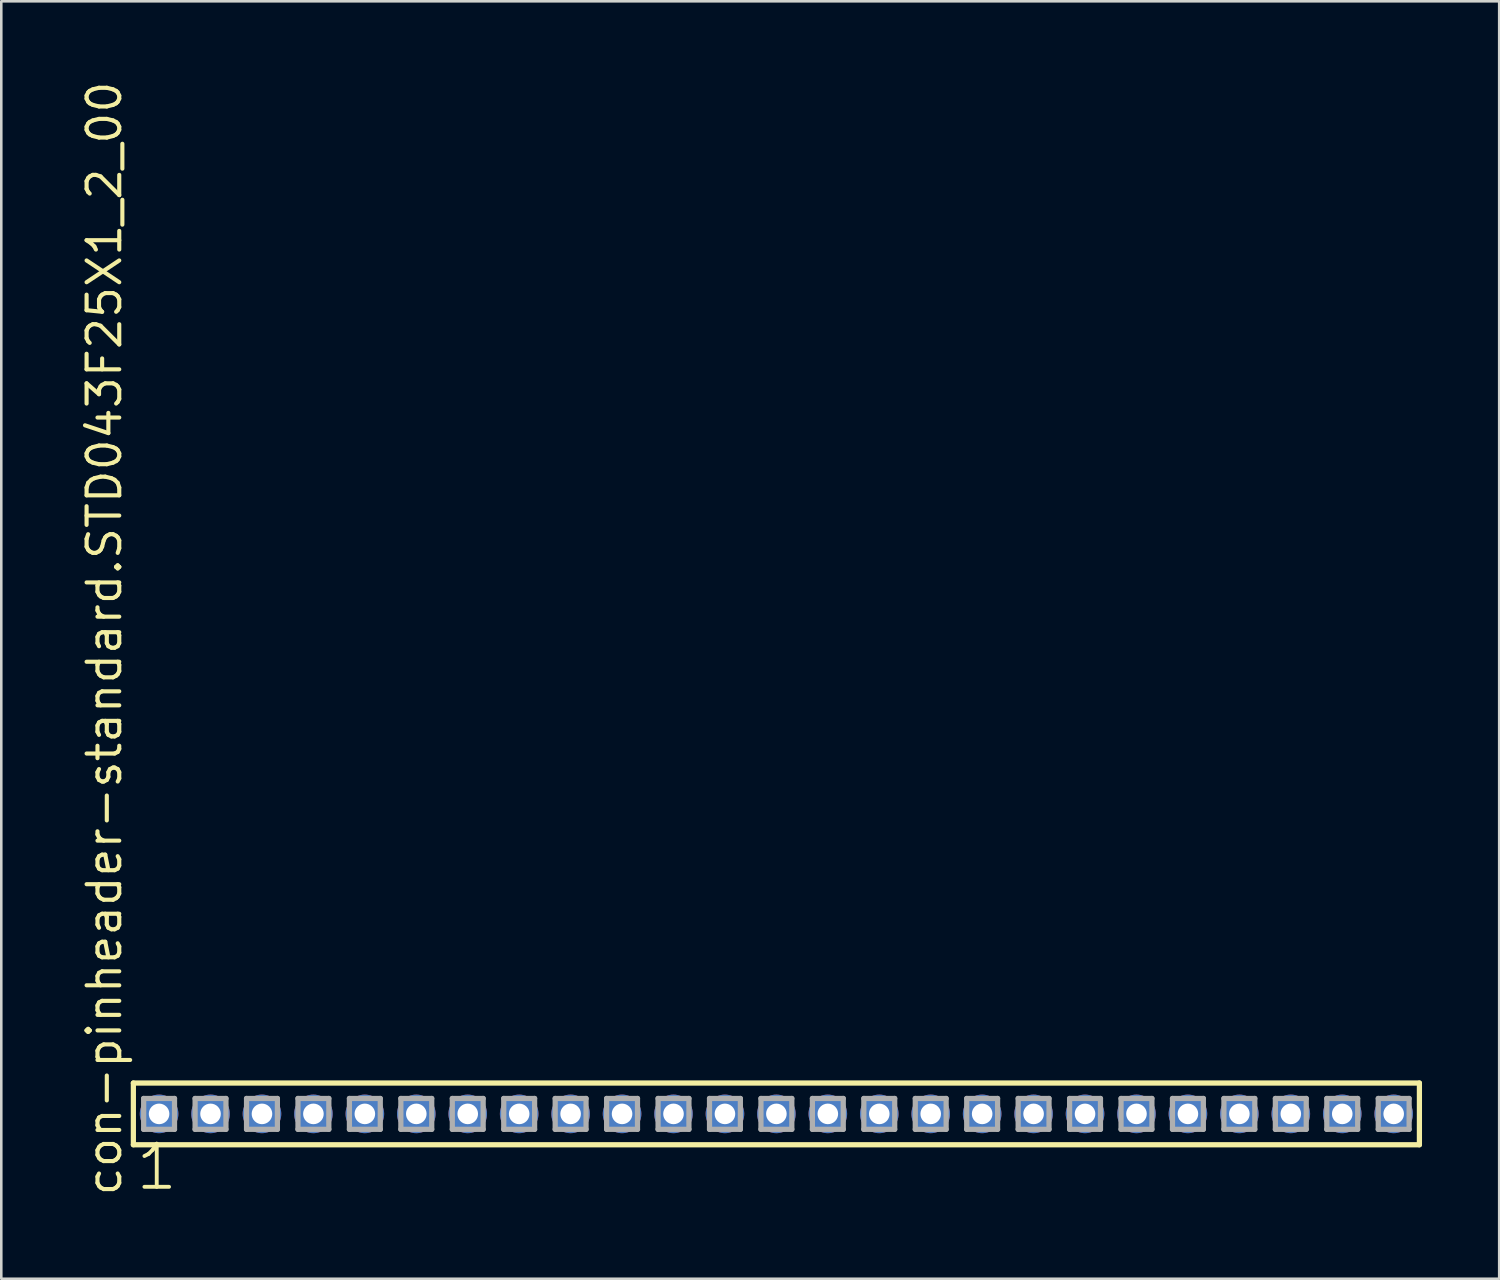
<source format=kicad_pcb>
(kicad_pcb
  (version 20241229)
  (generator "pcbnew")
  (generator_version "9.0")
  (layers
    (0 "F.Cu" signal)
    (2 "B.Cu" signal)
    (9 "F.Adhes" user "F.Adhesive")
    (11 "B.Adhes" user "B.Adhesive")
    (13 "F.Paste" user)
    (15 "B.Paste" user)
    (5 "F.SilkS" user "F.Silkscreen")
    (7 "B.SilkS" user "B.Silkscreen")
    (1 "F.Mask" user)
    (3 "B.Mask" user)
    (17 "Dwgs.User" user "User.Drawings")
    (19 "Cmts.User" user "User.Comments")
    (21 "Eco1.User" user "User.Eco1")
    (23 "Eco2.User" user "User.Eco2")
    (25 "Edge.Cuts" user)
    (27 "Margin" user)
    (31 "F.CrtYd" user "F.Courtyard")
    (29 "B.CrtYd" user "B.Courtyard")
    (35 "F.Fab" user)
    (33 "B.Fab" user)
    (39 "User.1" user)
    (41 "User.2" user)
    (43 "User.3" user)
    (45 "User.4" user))
  (footprint "con-pinheader-standard.STD043F25X1_2_00"
    (layer "F.Cu")
    (at 27.135 40.257)
    (property "Reference" "con-pinheader-standard.STD043F25X1_2_00" (at -25.385 3.27 90) (layer "F.SilkS") (effects (font (size 1.27 1.27) (thickness 0.16)) (justify left bottom)))
    (attr through_hole)
    (fp_line (start -25 -1.2) (end 25 -1.2) (stroke (width 0.203) (type default)) (layer "F.SilkS"))
    (fp_line (start -25 1.2) (end -25 -1.2) (stroke (width 0.203) (type default)) (layer "F.SilkS"))
    (fp_line (start 25 -1.2) (end 25 1.2) (stroke (width 0.203) (type default)) (layer "F.SilkS"))
    (fp_line (start 25 1.2) (end -25 1.2) (stroke (width 0.203) (type default)) (layer "F.SilkS"))
    (fp_line (start -24.6 -0.6) (end -23.4 -0.6) (stroke (width 0.203) (type default)) (layer "F.Fab"))
    (fp_line (start -24.6 0.6) (end -24.6 -0.6) (stroke (width 0.203) (type default)) (layer "F.Fab"))
    (fp_line (start -23.4 -0.6) (end -23.4 0.6) (stroke (width 0.203) (type default)) (layer "F.Fab"))
    (fp_line (start -23.4 0.6) (end -24.6 0.6) (stroke (width 0.203) (type default)) (layer "F.Fab"))
    (fp_line (start -22.6 -0.6) (end -21.4 -0.6) (stroke (width 0.203) (type default)) (layer "F.Fab"))
    (fp_line (start -22.6 0.6) (end -22.6 -0.6) (stroke (width 0.203) (type default)) (layer "F.Fab"))
    (fp_line (start -21.4 -0.6) (end -21.4 0.6) (stroke (width 0.203) (type default)) (layer "F.Fab"))
    (fp_line (start -21.4 0.6) (end -22.6 0.6) (stroke (width 0.203) (type default)) (layer "F.Fab"))
    (fp_line (start -20.6 -0.6) (end -19.4 -0.6) (stroke (width 0.203) (type default)) (layer "F.Fab"))
    (fp_line (start -20.6 0.6) (end -20.6 -0.6) (stroke (width 0.203) (type default)) (layer "F.Fab"))
    (fp_line (start -19.4 -0.6) (end -19.4 0.6) (stroke (width 0.203) (type default)) (layer "F.Fab"))
    (fp_line (start -19.4 0.6) (end -20.6 0.6) (stroke (width 0.203) (type default)) (layer "F.Fab"))
    (fp_line (start -18.6 -0.6) (end -17.4 -0.6) (stroke (width 0.203) (type default)) (layer "F.Fab"))
    (fp_line (start -18.6 0.6) (end -18.6 -0.6) (stroke (width 0.203) (type default)) (layer "F.Fab"))
    (fp_line (start -17.4 -0.6) (end -17.4 0.6) (stroke (width 0.203) (type default)) (layer "F.Fab"))
    (fp_line (start -17.4 0.6) (end -18.6 0.6) (stroke (width 0.203) (type default)) (layer "F.Fab"))
    (fp_line (start -16.6 -0.6) (end -15.4 -0.6) (stroke (width 0.203) (type default)) (layer "F.Fab"))
    (fp_line (start -16.6 0.6) (end -16.6 -0.6) (stroke (width 0.203) (type default)) (layer "F.Fab"))
    (fp_line (start -15.4 -0.6) (end -15.4 0.6) (stroke (width 0.203) (type default)) (layer "F.Fab"))
    (fp_line (start -15.4 0.6) (end -16.6 0.6) (stroke (width 0.203) (type default)) (layer "F.Fab"))
    (fp_line (start -14.6 -0.6) (end -13.4 -0.6) (stroke (width 0.203) (type default)) (layer "F.Fab"))
    (fp_line (start -14.6 0.6) (end -14.6 -0.6) (stroke (width 0.203) (type default)) (layer "F.Fab"))
    (fp_line (start -13.4 -0.6) (end -13.4 0.6) (stroke (width 0.203) (type default)) (layer "F.Fab"))
    (fp_line (start -13.4 0.6) (end -14.6 0.6) (stroke (width 0.203) (type default)) (layer "F.Fab"))
    (fp_line (start -12.6 -0.6) (end -11.4 -0.6) (stroke (width 0.203) (type default)) (layer "F.Fab"))
    (fp_line (start -12.6 0.6) (end -12.6 -0.6) (stroke (width 0.203) (type default)) (layer "F.Fab"))
    (fp_line (start -11.4 -0.6) (end -11.4 0.6) (stroke (width 0.203) (type default)) (layer "F.Fab"))
    (fp_line (start -11.4 0.6) (end -12.6 0.6) (stroke (width 0.203) (type default)) (layer "F.Fab"))
    (fp_line (start -10.6 -0.6) (end -9.4 -0.6) (stroke (width 0.203) (type default)) (layer "F.Fab"))
    (fp_line (start -10.6 0.6) (end -10.6 -0.6) (stroke (width 0.203) (type default)) (layer "F.Fab"))
    (fp_line (start -9.4 -0.6) (end -9.4 0.6) (stroke (width 0.203) (type default)) (layer "F.Fab"))
    (fp_line (start -9.4 0.6) (end -10.6 0.6) (stroke (width 0.203) (type default)) (layer "F.Fab"))
    (fp_line (start -8.6 -0.6) (end -7.4 -0.6) (stroke (width 0.203) (type default)) (layer "F.Fab"))
    (fp_line (start -8.6 0.6) (end -8.6 -0.6) (stroke (width 0.203) (type default)) (layer "F.Fab"))
    (fp_line (start -7.4 -0.6) (end -7.4 0.6) (stroke (width 0.203) (type default)) (layer "F.Fab"))
    (fp_line (start -7.4 0.6) (end -8.6 0.6) (stroke (width 0.203) (type default)) (layer "F.Fab"))
    (fp_line (start -6.6 -0.6) (end -5.4 -0.6) (stroke (width 0.203) (type default)) (layer "F.Fab"))
    (fp_line (start -6.6 0.6) (end -6.6 -0.6) (stroke (width 0.203) (type default)) (layer "F.Fab"))
    (fp_line (start -5.4 -0.6) (end -5.4 0.6) (stroke (width 0.203) (type default)) (layer "F.Fab"))
    (fp_line (start -5.4 0.6) (end -6.6 0.6) (stroke (width 0.203) (type default)) (layer "F.Fab"))
    (fp_line (start -4.6 -0.6) (end -3.4 -0.6) (stroke (width 0.203) (type default)) (layer "F.Fab"))
    (fp_line (start -4.6 0.6) (end -4.6 -0.6) (stroke (width 0.203) (type default)) (layer "F.Fab"))
    (fp_line (start -3.4 -0.6) (end -3.4 0.6) (stroke (width 0.203) (type default)) (layer "F.Fab"))
    (fp_line (start -3.4 0.6) (end -4.6 0.6) (stroke (width 0.203) (type default)) (layer "F.Fab"))
    (fp_line (start -2.6 -0.6) (end -1.4 -0.6) (stroke (width 0.203) (type default)) (layer "F.Fab"))
    (fp_line (start -2.6 0.6) (end -2.6 -0.6) (stroke (width 0.203) (type default)) (layer "F.Fab"))
    (fp_line (start -1.4 -0.6) (end -1.4 0.6) (stroke (width 0.203) (type default)) (layer "F.Fab"))
    (fp_line (start -1.4 0.6) (end -2.6 0.6) (stroke (width 0.203) (type default)) (layer "F.Fab"))
    (fp_line (start -0.6 -0.6) (end 0.6 -0.6) (stroke (width 0.203) (type default)) (layer "F.Fab"))
    (fp_line (start -0.6 0.6) (end -0.6 -0.6) (stroke (width 0.203) (type default)) (layer "F.Fab"))
    (fp_line (start 0.6 -0.6) (end 0.6 0.6) (stroke (width 0.203) (type default)) (layer "F.Fab"))
    (fp_line (start 0.6 0.6) (end -0.6 0.6) (stroke (width 0.203) (type default)) (layer "F.Fab"))
    (fp_line (start 1.4 -0.6) (end 2.6 -0.6) (stroke (width 0.203) (type default)) (layer "F.Fab"))
    (fp_line (start 1.4 0.6) (end 1.4 -0.6) (stroke (width 0.203) (type default)) (layer "F.Fab"))
    (fp_line (start 2.6 -0.6) (end 2.6 0.6) (stroke (width 0.203) (type default)) (layer "F.Fab"))
    (fp_line (start 2.6 0.6) (end 1.4 0.6) (stroke (width 0.203) (type default)) (layer "F.Fab"))
    (fp_line (start 3.4 -0.6) (end 4.6 -0.6) (stroke (width 0.203) (type default)) (layer "F.Fab"))
    (fp_line (start 3.4 0.6) (end 3.4 -0.6) (stroke (width 0.203) (type default)) (layer "F.Fab"))
    (fp_line (start 4.6 -0.6) (end 4.6 0.6) (stroke (width 0.203) (type default)) (layer "F.Fab"))
    (fp_line (start 4.6 0.6) (end 3.4 0.6) (stroke (width 0.203) (type default)) (layer "F.Fab"))
    (fp_line (start 5.4 -0.6) (end 6.6 -0.6) (stroke (width 0.203) (type default)) (layer "F.Fab"))
    (fp_line (start 5.4 0.6) (end 5.4 -0.6) (stroke (width 0.203) (type default)) (layer "F.Fab"))
    (fp_line (start 6.6 -0.6) (end 6.6 0.6) (stroke (width 0.203) (type default)) (layer "F.Fab"))
    (fp_line (start 6.6 0.6) (end 5.4 0.6) (stroke (width 0.203) (type default)) (layer "F.Fab"))
    (fp_line (start 7.4 -0.6) (end 8.6 -0.6) (stroke (width 0.203) (type default)) (layer "F.Fab"))
    (fp_line (start 7.4 0.6) (end 7.4 -0.6) (stroke (width 0.203) (type default)) (layer "F.Fab"))
    (fp_line (start 8.6 -0.6) (end 8.6 0.6) (stroke (width 0.203) (type default)) (layer "F.Fab"))
    (fp_line (start 8.6 0.6) (end 7.4 0.6) (stroke (width 0.203) (type default)) (layer "F.Fab"))
    (fp_line (start 9.4 -0.6) (end 10.6 -0.6) (stroke (width 0.203) (type default)) (layer "F.Fab"))
    (fp_line (start 9.4 0.6) (end 9.4 -0.6) (stroke (width 0.203) (type default)) (layer "F.Fab"))
    (fp_line (start 10.6 -0.6) (end 10.6 0.6) (stroke (width 0.203) (type default)) (layer "F.Fab"))
    (fp_line (start 10.6 0.6) (end 9.4 0.6) (stroke (width 0.203) (type default)) (layer "F.Fab"))
    (fp_line (start 11.4 -0.6) (end 12.6 -0.6) (stroke (width 0.203) (type default)) (layer "F.Fab"))
    (fp_line (start 11.4 0.6) (end 11.4 -0.6) (stroke (width 0.203) (type default)) (layer "F.Fab"))
    (fp_line (start 12.6 -0.6) (end 12.6 0.6) (stroke (width 0.203) (type default)) (layer "F.Fab"))
    (fp_line (start 12.6 0.6) (end 11.4 0.6) (stroke (width 0.203) (type default)) (layer "F.Fab"))
    (fp_line (start 13.4 -0.6) (end 14.6 -0.6) (stroke (width 0.203) (type default)) (layer "F.Fab"))
    (fp_line (start 13.4 0.6) (end 13.4 -0.6) (stroke (width 0.203) (type default)) (layer "F.Fab"))
    (fp_line (start 14.6 -0.6) (end 14.6 0.6) (stroke (width 0.203) (type default)) (layer "F.Fab"))
    (fp_line (start 14.6 0.6) (end 13.4 0.6) (stroke (width 0.203) (type default)) (layer "F.Fab"))
    (fp_line (start 15.4 -0.6) (end 16.6 -0.6) (stroke (width 0.203) (type default)) (layer "F.Fab"))
    (fp_line (start 15.4 0.6) (end 15.4 -0.6) (stroke (width 0.203) (type default)) (layer "F.Fab"))
    (fp_line (start 16.6 -0.6) (end 16.6 0.6) (stroke (width 0.203) (type default)) (layer "F.Fab"))
    (fp_line (start 16.6 0.6) (end 15.4 0.6) (stroke (width 0.203) (type default)) (layer "F.Fab"))
    (fp_line (start 17.4 -0.6) (end 18.6 -0.6) (stroke (width 0.203) (type default)) (layer "F.Fab"))
    (fp_line (start 17.4 0.6) (end 17.4 -0.6) (stroke (width 0.203) (type default)) (layer "F.Fab"))
    (fp_line (start 18.6 -0.6) (end 18.6 0.6) (stroke (width 0.203) (type default)) (layer "F.Fab"))
    (fp_line (start 18.6 0.6) (end 17.4 0.6) (stroke (width 0.203) (type default)) (layer "F.Fab"))
    (fp_line (start 19.4 -0.6) (end 20.6 -0.6) (stroke (width 0.203) (type default)) (layer "F.Fab"))
    (fp_line (start 19.4 0.6) (end 19.4 -0.6) (stroke (width 0.203) (type default)) (layer "F.Fab"))
    (fp_line (start 20.6 -0.6) (end 20.6 0.6) (stroke (width 0.203) (type default)) (layer "F.Fab"))
    (fp_line (start 20.6 0.6) (end 19.4 0.6) (stroke (width 0.203) (type default)) (layer "F.Fab"))
    (fp_line (start 21.4 -0.6) (end 22.6 -0.6) (stroke (width 0.203) (type default)) (layer "F.Fab"))
    (fp_line (start 21.4 0.6) (end 21.4 -0.6) (stroke (width 0.203) (type default)) (layer "F.Fab"))
    (fp_line (start 22.6 -0.6) (end 22.6 0.6) (stroke (width 0.203) (type default)) (layer "F.Fab"))
    (fp_line (start 22.6 0.6) (end 21.4 0.6) (stroke (width 0.203) (type default)) (layer "F.Fab"))
    (fp_line (start 23.4 -0.6) (end 24.6 -0.6) (stroke (width 0.203) (type default)) (layer "F.Fab"))
    (fp_line (start 23.4 0.6) (end 23.4 -0.6) (stroke (width 0.203) (type default)) (layer "F.Fab"))
    (fp_line (start 24.6 -0.6) (end 24.6 0.6) (stroke (width 0.203) (type default)) (layer "F.Fab"))
    (fp_line (start 24.6 0.6) (end 23.4 0.6) (stroke (width 0.203) (type default)) (layer "F.Fab"))
    (fp_text user "1" (at -24.988 3.048 0) (layer "F.SilkS") (effects (font (size 1.676 1.676) (thickness 0.15)) (justify left bottom)))
    (pad "1" thru_hole circle (at -24 0) (size 1.5 1.5) (drill 0.8) (layers "*.Cu" "*.Mask"))
    (pad "2" thru_hole circle (at -22 0) (size 1.5 1.5) (drill 0.8) (layers "*.Cu" "*.Mask"))
    (pad "3" thru_hole circle (at -20 0) (size 1.5 1.5) (drill 0.8) (layers "*.Cu" "*.Mask"))
    (pad "4" thru_hole circle (at -18 0) (size 1.5 1.5) (drill 0.8) (layers "*.Cu" "*.Mask"))
    (pad "5" thru_hole circle (at -16 0) (size 1.5 1.5) (drill 0.8) (layers "*.Cu" "*.Mask"))
    (pad "6" thru_hole circle (at -14 0) (size 1.5 1.5) (drill 0.8) (layers "*.Cu" "*.Mask"))
    (pad "7" thru_hole circle (at -12 0) (size 1.5 1.5) (drill 0.8) (layers "*.Cu" "*.Mask"))
    (pad "8" thru_hole circle (at -10 0) (size 1.5 1.5) (drill 0.8) (layers "*.Cu" "*.Mask"))
    (pad "9" thru_hole circle (at -8 0) (size 1.5 1.5) (drill 0.8) (layers "*.Cu" "*.Mask"))
    (pad "10" thru_hole circle (at -6 0) (size 1.5 1.5) (drill 0.8) (layers "*.Cu" "*.Mask"))
    (pad "11" thru_hole circle (at -4 0) (size 1.5 1.5) (drill 0.8) (layers "*.Cu" "*.Mask"))
    (pad "12" thru_hole circle (at -2 0) (size 1.5 1.5) (drill 0.8) (layers "*.Cu" "*.Mask"))
    (pad "13" thru_hole circle (at 0 0) (size 1.5 1.5) (drill 0.8) (layers "*.Cu" "*.Mask"))
    (pad "14" thru_hole circle (at 2 0) (size 1.5 1.5) (drill 0.8) (layers "*.Cu" "*.Mask"))
    (pad "15" thru_hole circle (at 4 0) (size 1.5 1.5) (drill 0.8) (layers "*.Cu" "*.Mask"))
    (pad "16" thru_hole circle (at 6 0) (size 1.5 1.5) (drill 0.8) (layers "*.Cu" "*.Mask"))
    (pad "17" thru_hole circle (at 8 0) (size 1.5 1.5) (drill 0.8) (layers "*.Cu" "*.Mask"))
    (pad "18" thru_hole circle (at 10 0) (size 1.5 1.5) (drill 0.8) (layers "*.Cu" "*.Mask"))
    (pad "19" thru_hole circle (at 12 0) (size 1.5 1.5) (drill 0.8) (layers "*.Cu" "*.Mask"))
    (pad "20" thru_hole circle (at 14 0) (size 1.5 1.5) (drill 0.8) (layers "*.Cu" "*.Mask"))
    (pad "21" thru_hole circle (at 16 0) (size 1.5 1.5) (drill 0.8) (layers "*.Cu" "*.Mask"))
    (pad "22" thru_hole circle (at 18 0) (size 1.5 1.5) (drill 0.8) (layers "*.Cu" "*.Mask"))
    (pad "23" thru_hole circle (at 20 0) (size 1.5 1.5) (drill 0.8) (layers "*.Cu" "*.Mask"))
    (pad "24" thru_hole circle (at 22 0) (size 1.5 1.5) (drill 0.8) (layers "*.Cu" "*.Mask"))
    (pad "25" thru_hole circle (at 24 0) (size 1.5 1.5) (drill 0.8) (layers "*.Cu" "*.Mask")))
  (gr_rect
    (start -3 -3)
    (end 55.237 46.666)
    (stroke (width 0.1) (type default))
    (fill no)
    (layer "Edge.Cuts")))
</source>
